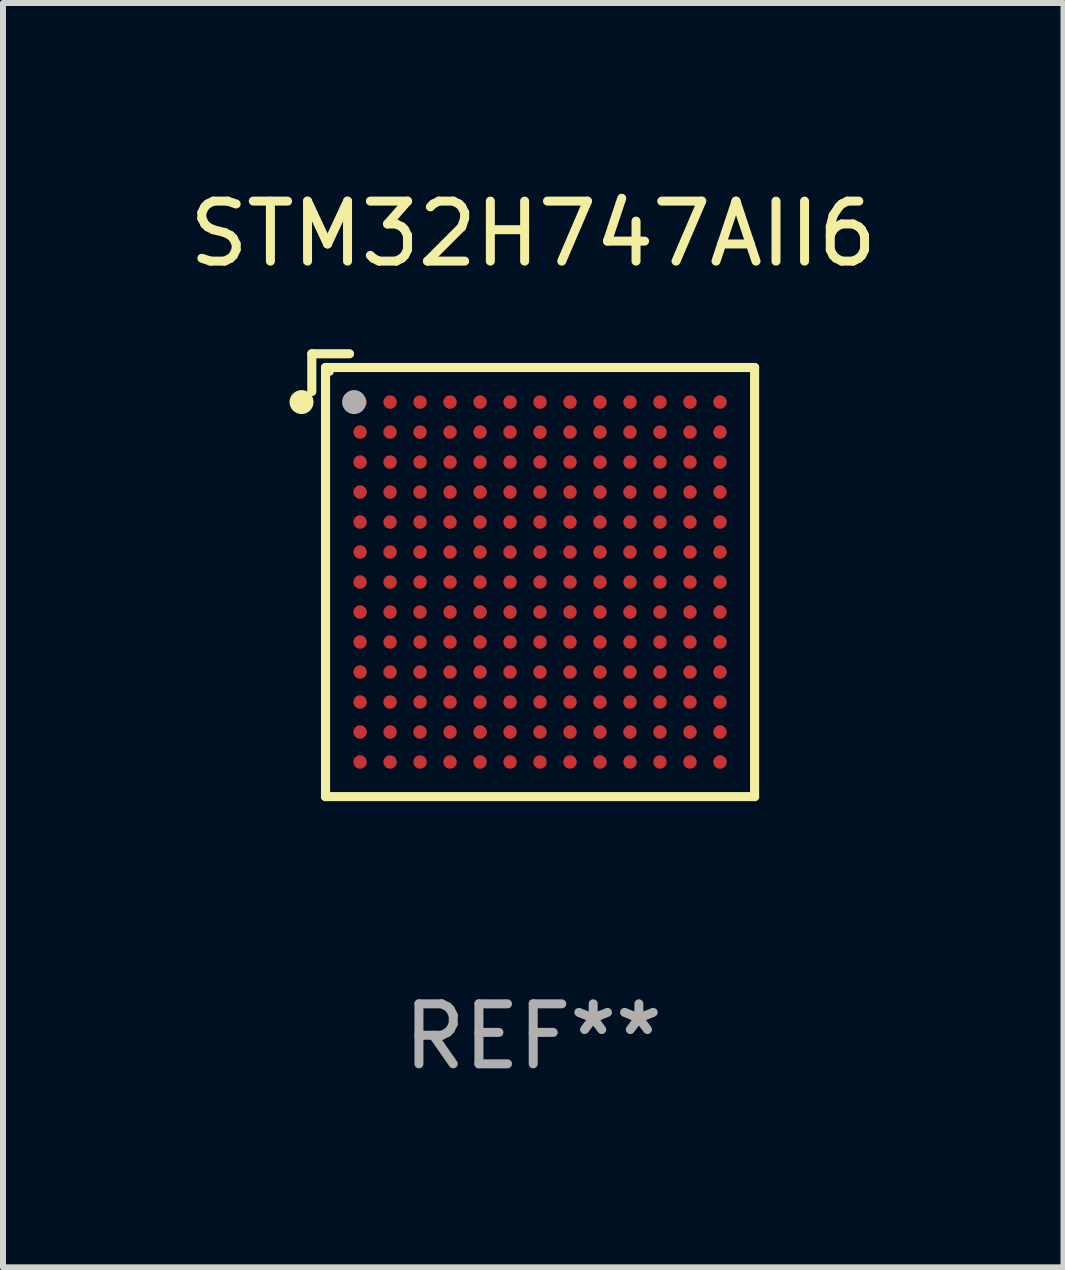
<source format=kicad_pcb>
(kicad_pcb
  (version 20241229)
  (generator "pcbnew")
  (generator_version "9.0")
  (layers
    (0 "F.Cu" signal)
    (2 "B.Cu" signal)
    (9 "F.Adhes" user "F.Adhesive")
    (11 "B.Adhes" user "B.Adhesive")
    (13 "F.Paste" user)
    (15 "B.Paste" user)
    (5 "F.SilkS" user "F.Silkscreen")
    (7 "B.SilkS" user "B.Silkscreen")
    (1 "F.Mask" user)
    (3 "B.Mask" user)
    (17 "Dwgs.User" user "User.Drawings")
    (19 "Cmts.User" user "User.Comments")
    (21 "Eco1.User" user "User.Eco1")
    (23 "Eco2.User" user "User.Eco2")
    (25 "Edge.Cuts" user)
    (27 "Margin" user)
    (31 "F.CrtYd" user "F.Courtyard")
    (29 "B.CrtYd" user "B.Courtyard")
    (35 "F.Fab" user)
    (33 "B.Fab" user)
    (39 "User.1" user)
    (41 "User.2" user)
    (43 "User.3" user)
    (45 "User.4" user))
  (footprint "STM32H747AII6"
    (layer "F.Cu")
    (at 5.839 6.539)
    (property "Reference" "STM32H747AII6" (at 0 -5.691 0) (layer "F.SilkS") (effects (font (size 1 1) (thickness 0.15))))
    (attr through_hole)
    (fp_line (start -3.691 -3.691) (end -3.691 -3.062) (stroke (width 0.152) (type solid)) (layer "F.SilkS"))
    (fp_line (start -3.462 -3.462) (end 3.691 -3.462) (stroke (width 0.152) (type solid)) (layer "F.SilkS"))
    (fp_line (start -3.462 3.691) (end -3.462 -3.462) (stroke (width 0.152) (type solid)) (layer "F.SilkS"))
    (fp_line (start -3.062 -3.691) (end -3.691 -3.691) (stroke (width 0.152) (type solid)) (layer "F.SilkS"))
    (fp_line (start 3.691 -3.462) (end 3.691 3.691) (stroke (width 0.152) (type solid)) (layer "F.SilkS"))
    (fp_line (start 3.691 3.691) (end -3.462 3.691) (stroke (width 0.152) (type solid)) (layer "F.SilkS"))
    (fp_circle (center -3.862 -2.886) (end -3.762 -2.886) (stroke (width 0.2) (type solid)) (fill no) (layer "F.SilkS"))
    (fp_circle (center -3.386 -3.386) (end -3.356 -3.386) (stroke (width 0.06) (type solid)) (fill no) (layer "F.SilkS"))
    (fp_circle (center -2.986 -2.886) (end -2.886 -2.886) (stroke (width 0.2) (type solid)) (fill no) (layer "F.Fab"))
    (fp_text user "REF**" (at 0 7.691 0) (layer "F.Fab") (effects (font (size 1 1) (thickness 0.15))))
    (pad "A1" smd circle (at -2.886 -2.886) (size 0.224 0.224) (layers "F.Cu" "F.Mask" "F.Paste"))
    (pad "A2" smd circle (at -2.386 -2.886) (size 0.224 0.224) (layers "F.Cu" "F.Mask" "F.Paste"))
    (pad "A3" smd circle (at -1.886 -2.886) (size 0.224 0.224) (layers "F.Cu" "F.Mask" "F.Paste"))
    (pad "A4" smd circle (at -1.386 -2.886) (size 0.224 0.224) (layers "F.Cu" "F.Mask" "F.Paste"))
    (pad "A5" smd circle (at -0.886 -2.886) (size 0.224 0.224) (layers "F.Cu" "F.Mask" "F.Paste"))
    (pad "A6" smd circle (at -0.386 -2.886) (size 0.224 0.224) (layers "F.Cu" "F.Mask" "F.Paste"))
    (pad "A7" smd circle (at 0.114 -2.886) (size 0.224 0.224) (layers "F.Cu" "F.Mask" "F.Paste"))
    (pad "A8" smd circle (at 0.614 -2.886) (size 0.224 0.224) (layers "F.Cu" "F.Mask" "F.Paste"))
    (pad "A9" smd circle (at 1.114 -2.886) (size 0.224 0.224) (layers "F.Cu" "F.Mask" "F.Paste"))
    (pad "A10" smd circle (at 1.614 -2.886) (size 0.224 0.224) (layers "F.Cu" "F.Mask" "F.Paste"))
    (pad "A11" smd circle (at 2.114 -2.886) (size 0.224 0.224) (layers "F.Cu" "F.Mask" "F.Paste"))
    (pad "A12" smd circle (at 2.614 -2.886) (size 0.224 0.224) (layers "F.Cu" "F.Mask" "F.Paste"))
    (pad "A13" smd circle (at 3.114 -2.886) (size 0.224 0.224) (layers "F.Cu" "F.Mask" "F.Paste"))
    (pad "B1" smd circle (at -2.886 -2.386) (size 0.224 0.224) (layers "F.Cu" "F.Mask" "F.Paste"))
    (pad "B2" smd circle (at -2.386 -2.386) (size 0.224 0.224) (layers "F.Cu" "F.Mask" "F.Paste"))
    (pad "B3" smd circle (at -1.886 -2.386) (size 0.224 0.224) (layers "F.Cu" "F.Mask" "F.Paste"))
    (pad "B4" smd circle (at -1.386 -2.386) (size 0.224 0.224) (layers "F.Cu" "F.Mask" "F.Paste"))
    (pad "B5" smd circle (at -0.886 -2.386) (size 0.224 0.224) (layers "F.Cu" "F.Mask" "F.Paste"))
    (pad "B6" smd circle (at -0.386 -2.386) (size 0.224 0.224) (layers "F.Cu" "F.Mask" "F.Paste"))
    (pad "B7" smd circle (at 0.114 -2.386) (size 0.224 0.224) (layers "F.Cu" "F.Mask" "F.Paste"))
    (pad "B8" smd circle (at 0.614 -2.386) (size 0.224 0.224) (layers "F.Cu" "F.Mask" "F.Paste"))
    (pad "B9" smd circle (at 1.114 -2.386) (size 0.224 0.224) (layers "F.Cu" "F.Mask" "F.Paste"))
    (pad "B10" smd circle (at 1.614 -2.386) (size 0.224 0.224) (layers "F.Cu" "F.Mask" "F.Paste"))
    (pad "B11" smd circle (at 2.114 -2.386) (size 0.224 0.224) (layers "F.Cu" "F.Mask" "F.Paste"))
    (pad "B12" smd circle (at 2.614 -2.386) (size 0.224 0.224) (layers "F.Cu" "F.Mask" "F.Paste"))
    (pad "B13" smd circle (at 3.114 -2.386) (size 0.224 0.224) (layers "F.Cu" "F.Mask" "F.Paste"))
    (pad "C1" smd circle (at -2.886 -1.886) (size 0.224 0.224) (layers "F.Cu" "F.Mask" "F.Paste"))
    (pad "C2" smd circle (at -2.386 -1.886) (size 0.224 0.224) (layers "F.Cu" "F.Mask" "F.Paste"))
    (pad "C3" smd circle (at -1.886 -1.886) (size 0.224 0.224) (layers "F.Cu" "F.Mask" "F.Paste"))
    (pad "C4" smd circle (at -1.386 -1.886) (size 0.224 0.224) (layers "F.Cu" "F.Mask" "F.Paste"))
    (pad "C5" smd circle (at -0.886 -1.886) (size 0.224 0.224) (layers "F.Cu" "F.Mask" "F.Paste"))
    (pad "C6" smd circle (at -0.386 -1.886) (size 0.224 0.224) (layers "F.Cu" "F.Mask" "F.Paste"))
    (pad "C7" smd circle (at 0.114 -1.886) (size 0.224 0.224) (layers "F.Cu" "F.Mask" "F.Paste"))
    (pad "C8" smd circle (at 0.614 -1.886) (size 0.224 0.224) (layers "F.Cu" "F.Mask" "F.Paste"))
    (pad "C9" smd circle (at 1.114 -1.886) (size 0.224 0.224) (layers "F.Cu" "F.Mask" "F.Paste"))
    (pad "C10" smd circle (at 1.614 -1.886) (size 0.224 0.224) (layers "F.Cu" "F.Mask" "F.Paste"))
    (pad "C11" smd circle (at 2.114 -1.886) (size 0.224 0.224) (layers "F.Cu" "F.Mask" "F.Paste"))
    (pad "C12" smd circle (at 2.614 -1.886) (size 0.224 0.224) (layers "F.Cu" "F.Mask" "F.Paste"))
    (pad "C13" smd circle (at 3.114 -1.886) (size 0.224 0.224) (layers "F.Cu" "F.Mask" "F.Paste"))
    (pad "D1" smd circle (at -2.886 -1.386) (size 0.224 0.224) (layers "F.Cu" "F.Mask" "F.Paste"))
    (pad "D2" smd circle (at -2.386 -1.386) (size 0.224 0.224) (layers "F.Cu" "F.Mask" "F.Paste"))
    (pad "D3" smd circle (at -1.886 -1.386) (size 0.224 0.224) (layers "F.Cu" "F.Mask" "F.Paste"))
    (pad "D4" smd circle (at -1.386 -1.386) (size 0.224 0.224) (layers "F.Cu" "F.Mask" "F.Paste"))
    (pad "D5" smd circle (at -0.886 -1.386) (size 0.224 0.224) (layers "F.Cu" "F.Mask" "F.Paste"))
    (pad "D6" smd circle (at -0.386 -1.386) (size 0.224 0.224) (layers "F.Cu" "F.Mask" "F.Paste"))
    (pad "D7" smd circle (at 0.114 -1.386) (size 0.224 0.224) (layers "F.Cu" "F.Mask" "F.Paste"))
    (pad "D8" smd circle (at 0.614 -1.386) (size 0.224 0.224) (layers "F.Cu" "F.Mask" "F.Paste"))
    (pad "D9" smd circle (at 1.114 -1.386) (size 0.224 0.224) (layers "F.Cu" "F.Mask" "F.Paste"))
    (pad "D10" smd circle (at 1.614 -1.386) (size 0.224 0.224) (layers "F.Cu" "F.Mask" "F.Paste"))
    (pad "D11" smd circle (at 2.114 -1.386) (size 0.224 0.224) (layers "F.Cu" "F.Mask" "F.Paste"))
    (pad "D12" smd circle (at 2.614 -1.386) (size 0.224 0.224) (layers "F.Cu" "F.Mask" "F.Paste"))
    (pad "D13" smd circle (at 3.114 -1.386) (size 0.224 0.224) (layers "F.Cu" "F.Mask" "F.Paste"))
    (pad "E1" smd circle (at -2.886 -0.886) (size 0.224 0.224) (layers "F.Cu" "F.Mask" "F.Paste"))
    (pad "E2" smd circle (at -2.386 -0.886) (size 0.224 0.224) (layers "F.Cu" "F.Mask" "F.Paste"))
    (pad "E3" smd circle (at -1.886 -0.886) (size 0.224 0.224) (layers "F.Cu" "F.Mask" "F.Paste"))
    (pad "E4" smd circle (at -1.386 -0.886) (size 0.224 0.224) (layers "F.Cu" "F.Mask" "F.Paste"))
    (pad "E5" smd circle (at -0.886 -0.886) (size 0.224 0.224) (layers "F.Cu" "F.Mask" "F.Paste"))
    (pad "E6" smd circle (at -0.386 -0.886) (size 0.224 0.224) (layers "F.Cu" "F.Mask" "F.Paste"))
    (pad "E7" smd circle (at 0.114 -0.886) (size 0.224 0.224) (layers "F.Cu" "F.Mask" "F.Paste"))
    (pad "E8" smd circle (at 0.614 -0.886) (size 0.224 0.224) (layers "F.Cu" "F.Mask" "F.Paste"))
    (pad "E9" smd circle (at 1.114 -0.886) (size 0.224 0.224) (layers "F.Cu" "F.Mask" "F.Paste"))
    (pad "E10" smd circle (at 1.614 -0.886) (size 0.224 0.224) (layers "F.Cu" "F.Mask" "F.Paste"))
    (pad "E11" smd circle (at 2.114 -0.886) (size 0.224 0.224) (layers "F.Cu" "F.Mask" "F.Paste"))
    (pad "E12" smd circle (at 2.614 -0.886) (size 0.224 0.224) (layers "F.Cu" "F.Mask" "F.Paste"))
    (pad "E13" smd circle (at 3.114 -0.886) (size 0.224 0.224) (layers "F.Cu" "F.Mask" "F.Paste"))
    (pad "F1" smd circle (at -2.886 -0.386) (size 0.224 0.224) (layers "F.Cu" "F.Mask" "F.Paste"))
    (pad "F2" smd circle (at -2.386 -0.386) (size 0.224 0.224) (layers "F.Cu" "F.Mask" "F.Paste"))
    (pad "F3" smd circle (at -1.886 -0.386) (size 0.224 0.224) (layers "F.Cu" "F.Mask" "F.Paste"))
    (pad "F4" smd circle (at -1.386 -0.386) (size 0.224 0.224) (layers "F.Cu" "F.Mask" "F.Paste"))
    (pad "F5" smd circle (at -0.886 -0.386) (size 0.224 0.224) (layers "F.Cu" "F.Mask" "F.Paste"))
    (pad "F6" smd circle (at -0.386 -0.386) (size 0.224 0.224) (layers "F.Cu" "F.Mask" "F.Paste"))
    (pad "F7" smd circle (at 0.114 -0.386) (size 0.224 0.224) (layers "F.Cu" "F.Mask" "F.Paste"))
    (pad "F8" smd circle (at 0.614 -0.386) (size 0.224 0.224) (layers "F.Cu" "F.Mask" "F.Paste"))
    (pad "F9" smd circle (at 1.114 -0.386) (size 0.224 0.224) (layers "F.Cu" "F.Mask" "F.Paste"))
    (pad "F10" smd circle (at 1.614 -0.386) (size 0.224 0.224) (layers "F.Cu" "F.Mask" "F.Paste"))
    (pad "F11" smd circle (at 2.114 -0.386) (size 0.224 0.224) (layers "F.Cu" "F.Mask" "F.Paste"))
    (pad "F12" smd circle (at 2.614 -0.386) (size 0.224 0.224) (layers "F.Cu" "F.Mask" "F.Paste"))
    (pad "F13" smd circle (at 3.114 -0.386) (size 0.224 0.224) (layers "F.Cu" "F.Mask" "F.Paste"))
    (pad "G1" smd circle (at -2.886 0.114) (size 0.224 0.224) (layers "F.Cu" "F.Mask" "F.Paste"))
    (pad "G2" smd circle (at -2.386 0.114) (size 0.224 0.224) (layers "F.Cu" "F.Mask" "F.Paste"))
    (pad "G3" smd circle (at -1.886 0.114) (size 0.224 0.224) (layers "F.Cu" "F.Mask" "F.Paste"))
    (pad "G4" smd circle (at -1.386 0.114) (size 0.224 0.224) (layers "F.Cu" "F.Mask" "F.Paste"))
    (pad "G5" smd circle (at -0.886 0.114) (size 0.224 0.224) (layers "F.Cu" "F.Mask" "F.Paste"))
    (pad "G6" smd circle (at -0.386 0.114) (size 0.224 0.224) (layers "F.Cu" "F.Mask" "F.Paste"))
    (pad "G7" smd circle (at 0.114 0.114) (size 0.224 0.224) (layers "F.Cu" "F.Mask" "F.Paste"))
    (pad "G8" smd circle (at 0.614 0.114) (size 0.224 0.224) (layers "F.Cu" "F.Mask" "F.Paste"))
    (pad "G9" smd circle (at 1.114 0.114) (size 0.224 0.224) (layers "F.Cu" "F.Mask" "F.Paste"))
    (pad "G10" smd circle (at 1.614 0.114) (size 0.224 0.224) (layers "F.Cu" "F.Mask" "F.Paste"))
    (pad "G11" smd circle (at 2.114 0.114) (size 0.224 0.224) (layers "F.Cu" "F.Mask" "F.Paste"))
    (pad "G12" smd circle (at 2.614 0.114) (size 0.224 0.224) (layers "F.Cu" "F.Mask" "F.Paste"))
    (pad "G13" smd circle (at 3.114 0.114) (size 0.224 0.224) (layers "F.Cu" "F.Mask" "F.Paste"))
    (pad "H1" smd circle (at -2.886 0.614) (size 0.224 0.224) (layers "F.Cu" "F.Mask" "F.Paste"))
    (pad "H2" smd circle (at -2.386 0.614) (size 0.224 0.224) (layers "F.Cu" "F.Mask" "F.Paste"))
    (pad "H3" smd circle (at -1.886 0.614) (size 0.224 0.224) (layers "F.Cu" "F.Mask" "F.Paste"))
    (pad "H4" smd circle (at -1.386 0.614) (size 0.224 0.224) (layers "F.Cu" "F.Mask" "F.Paste"))
    (pad "H5" smd circle (at -0.886 0.614) (size 0.224 0.224) (layers "F.Cu" "F.Mask" "F.Paste"))
    (pad "H6" smd circle (at -0.386 0.614) (size 0.224 0.224) (layers "F.Cu" "F.Mask" "F.Paste"))
    (pad "H7" smd circle (at 0.114 0.614) (size 0.224 0.224) (layers "F.Cu" "F.Mask" "F.Paste"))
    (pad "H8" smd circle (at 0.614 0.614) (size 0.224 0.224) (layers "F.Cu" "F.Mask" "F.Paste"))
    (pad "H9" smd circle (at 1.114 0.614) (size 0.224 0.224) (layers "F.Cu" "F.Mask" "F.Paste"))
    (pad "H10" smd circle (at 1.614 0.614) (size 0.224 0.224) (layers "F.Cu" "F.Mask" "F.Paste"))
    (pad "H11" smd circle (at 2.114 0.614) (size 0.224 0.224) (layers "F.Cu" "F.Mask" "F.Paste"))
    (pad "H12" smd circle (at 2.614 0.614) (size 0.224 0.224) (layers "F.Cu" "F.Mask" "F.Paste"))
    (pad "H13" smd circle (at 3.114 0.614) (size 0.224 0.224) (layers "F.Cu" "F.Mask" "F.Paste"))
    (pad "J1" smd circle (at -2.886 1.114) (size 0.224 0.224) (layers "F.Cu" "F.Mask" "F.Paste"))
    (pad "J2" smd circle (at -2.386 1.114) (size 0.224 0.224) (layers "F.Cu" "F.Mask" "F.Paste"))
    (pad "J3" smd circle (at -1.886 1.114) (size 0.224 0.224) (layers "F.Cu" "F.Mask" "F.Paste"))
    (pad "J4" smd circle (at -1.386 1.114) (size 0.224 0.224) (layers "F.Cu" "F.Mask" "F.Paste"))
    (pad "J5" smd circle (at -0.886 1.114) (size 0.224 0.224) (layers "F.Cu" "F.Mask" "F.Paste"))
    (pad "J6" smd circle (at -0.386 1.114) (size 0.224 0.224) (layers "F.Cu" "F.Mask" "F.Paste"))
    (pad "J7" smd circle (at 0.114 1.114) (size 0.224 0.224) (layers "F.Cu" "F.Mask" "F.Paste"))
    (pad "J8" smd circle (at 0.614 1.114) (size 0.224 0.224) (layers "F.Cu" "F.Mask" "F.Paste"))
    (pad "J9" smd circle (at 1.114 1.114) (size 0.224 0.224) (layers "F.Cu" "F.Mask" "F.Paste"))
    (pad "J10" smd circle (at 1.614 1.114) (size 0.224 0.224) (layers "F.Cu" "F.Mask" "F.Paste"))
    (pad "J11" smd circle (at 2.114 1.114) (size 0.224 0.224) (layers "F.Cu" "F.Mask" "F.Paste"))
    (pad "J12" smd circle (at 2.614 1.114) (size 0.224 0.224) (layers "F.Cu" "F.Mask" "F.Paste"))
    (pad "J13" smd circle (at 3.114 1.114) (size 0.224 0.224) (layers "F.Cu" "F.Mask" "F.Paste"))
    (pad "K1" smd circle (at -2.886 1.614) (size 0.224 0.224) (layers "F.Cu" "F.Mask" "F.Paste"))
    (pad "K2" smd circle (at -2.386 1.614) (size 0.224 0.224) (layers "F.Cu" "F.Mask" "F.Paste"))
    (pad "K3" smd circle (at -1.886 1.614) (size 0.224 0.224) (layers "F.Cu" "F.Mask" "F.Paste"))
    (pad "K4" smd circle (at -1.386 1.614) (size 0.224 0.224) (layers "F.Cu" "F.Mask" "F.Paste"))
    (pad "K5" smd circle (at -0.886 1.614) (size 0.224 0.224) (layers "F.Cu" "F.Mask" "F.Paste"))
    (pad "K6" smd circle (at -0.386 1.614) (size 0.224 0.224) (layers "F.Cu" "F.Mask" "F.Paste"))
    (pad "K7" smd circle (at 0.114 1.614) (size 0.224 0.224) (layers "F.Cu" "F.Mask" "F.Paste"))
    (pad "K8" smd circle (at 0.614 1.614) (size 0.224 0.224) (layers "F.Cu" "F.Mask" "F.Paste"))
    (pad "K9" smd circle (at 1.114 1.614) (size 0.224 0.224) (layers "F.Cu" "F.Mask" "F.Paste"))
    (pad "K10" smd circle (at 1.614 1.614) (size 0.224 0.224) (layers "F.Cu" "F.Mask" "F.Paste"))
    (pad "K11" smd circle (at 2.114 1.614) (size 0.224 0.224) (layers "F.Cu" "F.Mask" "F.Paste"))
    (pad "K12" smd circle (at 2.614 1.614) (size 0.224 0.224) (layers "F.Cu" "F.Mask" "F.Paste"))
    (pad "K13" smd circle (at 3.114 1.614) (size 0.224 0.224) (layers "F.Cu" "F.Mask" "F.Paste"))
    (pad "L1" smd circle (at -2.886 2.114) (size 0.224 0.224) (layers "F.Cu" "F.Mask" "F.Paste"))
    (pad "L2" smd circle (at -2.386 2.114) (size 0.224 0.224) (layers "F.Cu" "F.Mask" "F.Paste"))
    (pad "L3" smd circle (at -1.886 2.114) (size 0.224 0.224) (layers "F.Cu" "F.Mask" "F.Paste"))
    (pad "L4" smd circle (at -1.386 2.114) (size 0.224 0.224) (layers "F.Cu" "F.Mask" "F.Paste"))
    (pad "L5" smd circle (at -0.886 2.114) (size 0.224 0.224) (layers "F.Cu" "F.Mask" "F.Paste"))
    (pad "L6" smd circle (at -0.386 2.114) (size 0.224 0.224) (layers "F.Cu" "F.Mask" "F.Paste"))
    (pad "L7" smd circle (at 0.114 2.114) (size 0.224 0.224) (layers "F.Cu" "F.Mask" "F.Paste"))
    (pad "L8" smd circle (at 0.614 2.114) (size 0.224 0.224) (layers "F.Cu" "F.Mask" "F.Paste"))
    (pad "L9" smd circle (at 1.114 2.114) (size 0.224 0.224) (layers "F.Cu" "F.Mask" "F.Paste"))
    (pad "L10" smd circle (at 1.614 2.114) (size 0.224 0.224) (layers "F.Cu" "F.Mask" "F.Paste"))
    (pad "L11" smd circle (at 2.114 2.114) (size 0.224 0.224) (layers "F.Cu" "F.Mask" "F.Paste"))
    (pad "L12" smd circle (at 2.614 2.114) (size 0.224 0.224) (layers "F.Cu" "F.Mask" "F.Paste"))
    (pad "L13" smd circle (at 3.114 2.114) (size 0.224 0.224) (layers "F.Cu" "F.Mask" "F.Paste"))
    (pad "M1" smd circle (at -2.886 2.614) (size 0.224 0.224) (layers "F.Cu" "F.Mask" "F.Paste"))
    (pad "M2" smd circle (at -2.386 2.614) (size 0.224 0.224) (layers "F.Cu" "F.Mask" "F.Paste"))
    (pad "M3" smd circle (at -1.886 2.614) (size 0.224 0.224) (layers "F.Cu" "F.Mask" "F.Paste"))
    (pad "M4" smd circle (at -1.386 2.614) (size 0.224 0.224) (layers "F.Cu" "F.Mask" "F.Paste"))
    (pad "M5" smd circle (at -0.886 2.614) (size 0.224 0.224) (layers "F.Cu" "F.Mask" "F.Paste"))
    (pad "M6" smd circle (at -0.386 2.614) (size 0.224 0.224) (layers "F.Cu" "F.Mask" "F.Paste"))
    (pad "M7" smd circle (at 0.114 2.614) (size 0.224 0.224) (layers "F.Cu" "F.Mask" "F.Paste"))
    (pad "M8" smd circle (at 0.614 2.614) (size 0.224 0.224) (layers "F.Cu" "F.Mask" "F.Paste"))
    (pad "M9" smd circle (at 1.114 2.614) (size 0.224 0.224) (layers "F.Cu" "F.Mask" "F.Paste"))
    (pad "M10" smd circle (at 1.614 2.614) (size 0.224 0.224) (layers "F.Cu" "F.Mask" "F.Paste"))
    (pad "M11" smd circle (at 2.114 2.614) (size 0.224 0.224) (layers "F.Cu" "F.Mask" "F.Paste"))
    (pad "M12" smd circle (at 2.614 2.614) (size 0.224 0.224) (layers "F.Cu" "F.Mask" "F.Paste"))
    (pad "M13" smd circle (at 3.114 2.614) (size 0.224 0.224) (layers "F.Cu" "F.Mask" "F.Paste"))
    (pad "N1" smd circle (at -2.886 3.114) (size 0.224 0.224) (layers "F.Cu" "F.Mask" "F.Paste"))
    (pad "N2" smd circle (at -2.386 3.114) (size 0.224 0.224) (layers "F.Cu" "F.Mask" "F.Paste"))
    (pad "N3" smd circle (at -1.886 3.114) (size 0.224 0.224) (layers "F.Cu" "F.Mask" "F.Paste"))
    (pad "N4" smd circle (at -1.386 3.114) (size 0.224 0.224) (layers "F.Cu" "F.Mask" "F.Paste"))
    (pad "N5" smd circle (at -0.886 3.114) (size 0.224 0.224) (layers "F.Cu" "F.Mask" "F.Paste"))
    (pad "N6" smd circle (at -0.386 3.114) (size 0.224 0.224) (layers "F.Cu" "F.Mask" "F.Paste"))
    (pad "N7" smd circle (at 0.114 3.114) (size 0.224 0.224) (layers "F.Cu" "F.Mask" "F.Paste"))
    (pad "N8" smd circle (at 0.614 3.114) (size 0.224 0.224) (layers "F.Cu" "F.Mask" "F.Paste"))
    (pad "N9" smd circle (at 1.114 3.114) (size 0.224 0.224) (layers "F.Cu" "F.Mask" "F.Paste"))
    (pad "N10" smd circle (at 1.614 3.114) (size 0.224 0.224) (layers "F.Cu" "F.Mask" "F.Paste"))
    (pad "N11" smd circle (at 2.114 3.114) (size 0.224 0.224) (layers "F.Cu" "F.Mask" "F.Paste"))
    (pad "N12" smd circle (at 2.614 3.114) (size 0.224 0.224) (layers "F.Cu" "F.Mask" "F.Paste"))
    (pad "N13" smd circle (at 3.114 3.114) (size 0.224 0.224) (layers "F.Cu" "F.Mask" "F.Paste")))
  (gr_rect
    (start -3 -3)
    (end 14.679 18.078)
    (stroke (width 0.1) (type default))
    (fill no)
    (layer "Edge.Cuts")))
</source>
